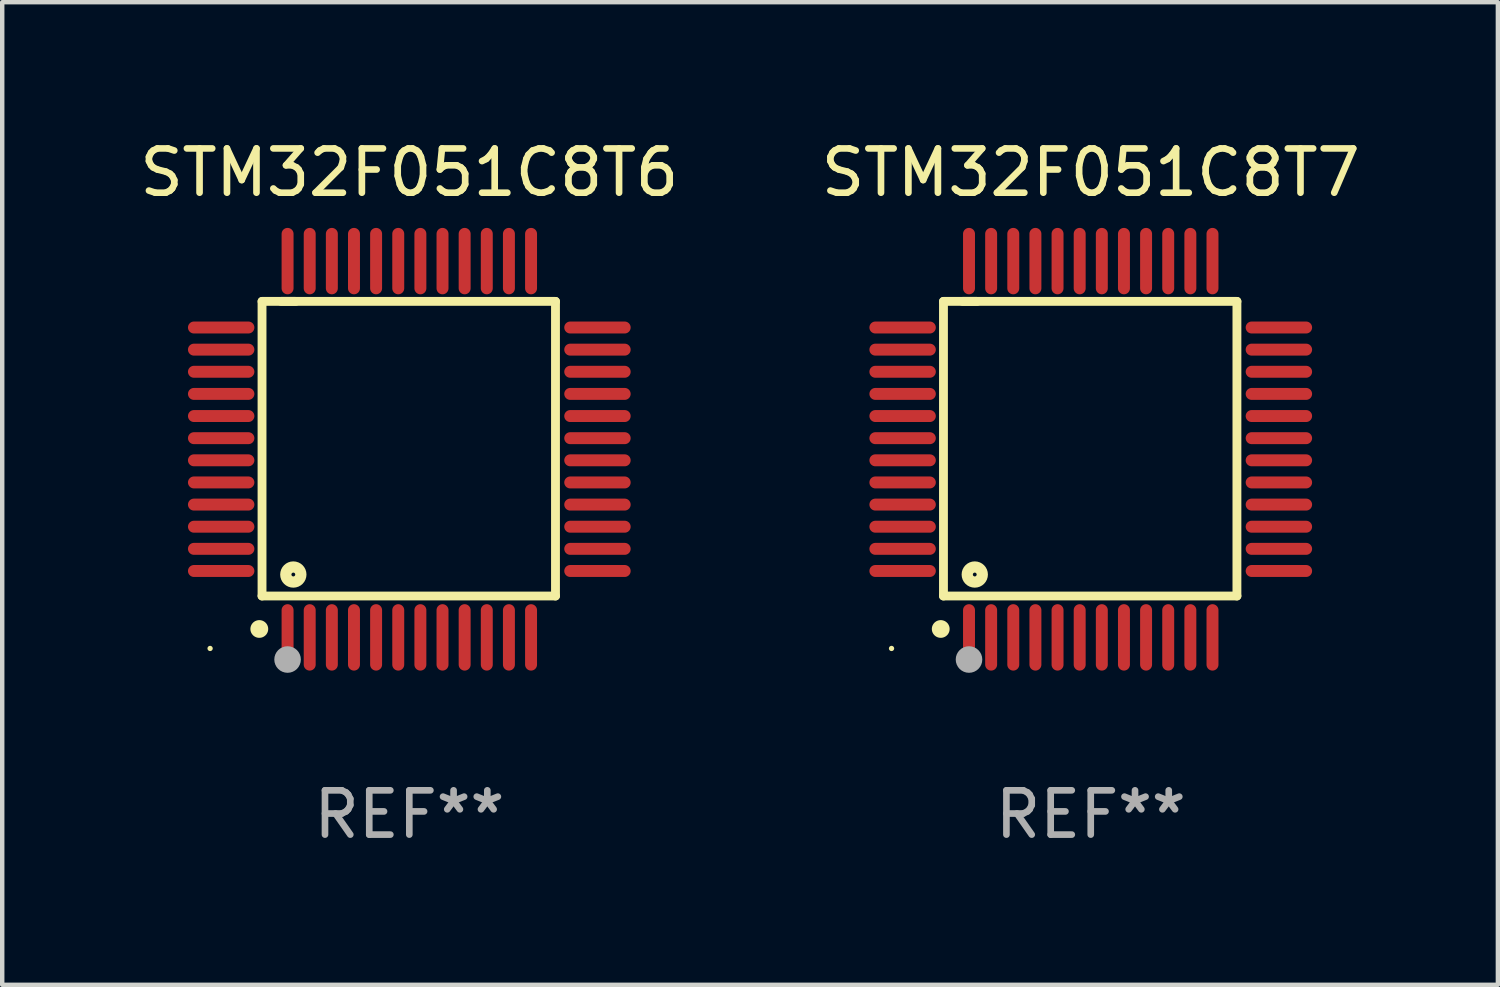
<source format=kicad_pcb>
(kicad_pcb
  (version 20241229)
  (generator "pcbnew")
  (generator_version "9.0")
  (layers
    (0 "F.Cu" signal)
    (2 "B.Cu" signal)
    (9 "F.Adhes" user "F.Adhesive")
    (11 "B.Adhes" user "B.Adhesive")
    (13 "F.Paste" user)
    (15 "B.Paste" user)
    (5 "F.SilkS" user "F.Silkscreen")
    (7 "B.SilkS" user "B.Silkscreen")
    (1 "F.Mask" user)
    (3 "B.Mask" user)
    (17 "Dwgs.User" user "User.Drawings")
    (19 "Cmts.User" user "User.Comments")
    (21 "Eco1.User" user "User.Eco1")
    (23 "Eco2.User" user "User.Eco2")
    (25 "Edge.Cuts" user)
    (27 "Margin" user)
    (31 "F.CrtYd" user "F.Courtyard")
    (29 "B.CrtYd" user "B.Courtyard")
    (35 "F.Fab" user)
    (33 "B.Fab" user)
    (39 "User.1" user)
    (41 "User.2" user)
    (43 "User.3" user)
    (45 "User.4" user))
  (footprint "STM32F051C8T6"
    (layer "F.Cu")
    (at 6.196 7.098)
    (property "Reference" "STM32F051C8T6" (at 0 -6.25 0) (layer "F.SilkS") (effects (font (size 1 1) (thickness 0.15))))
    (attr through_hole)
    (fp_line (start -3.327 -3.34) (end -2.565 -3.34) (stroke (width 0.2) (type solid)) (layer "F.SilkS"))
    (fp_line (start -3.327 3.315) (end -3.327 -3.34) (stroke (width 0.2) (type solid)) (layer "F.SilkS"))
    (fp_line (start -2.896 -3.34) (end 3.302 -3.34) (stroke (width 0.2) (type solid)) (layer "F.SilkS"))
    (fp_line (start 3.302 -3.34) (end 3.302 3.315) (stroke (width 0.2) (type solid)) (layer "F.SilkS"))
    (fp_line (start 3.302 3.315) (end -3.327 3.315) (stroke (width 0.2) (type solid)) (layer "F.SilkS"))
    (fp_arc (start -3.389992 4.059995) (mid -3.388722 4.059991) (end -3.387452 4.059995) (stroke (width 0.4) (type solid)) (layer "F.SilkS"))
    (fp_circle (center -4.5 4.5) (end -4.47 4.5) (stroke (width 0.06) (type solid)) (fill no) (layer "F.SilkS"))
    (fp_circle (center -2.62 2.83) (end -2.45 2.83) (stroke (width 0.254) (type solid)) (fill no) (layer "F.SilkS"))
    (fp_circle (center -2.75 4.75) (end -2.6 4.75) (stroke (width 0.3) (type solid)) (fill no) (layer "F.Fab"))
    (fp_text user "REF**" (at 0 8.25 0) (layer "F.Fab") (effects (font (size 1 1) (thickness 0.15))))
    (pad "1" smd oval (at -2.75 4.25) (size 0.27 1.5) (layers "F.Cu" "F.Mask" "F.Paste"))
    (pad "2" smd oval (at -2.25 4.25) (size 0.27 1.5) (layers "F.Cu" "F.Mask" "F.Paste"))
    (pad "3" smd oval (at -1.75 4.25) (size 0.27 1.5) (layers "F.Cu" "F.Mask" "F.Paste"))
    (pad "4" smd oval (at -1.25 4.25) (size 0.27 1.5) (layers "F.Cu" "F.Mask" "F.Paste"))
    (pad "5" smd oval (at -0.75 4.25) (size 0.27 1.5) (layers "F.Cu" "F.Mask" "F.Paste"))
    (pad "6" smd oval (at -0.25 4.25) (size 0.27 1.5) (layers "F.Cu" "F.Mask" "F.Paste"))
    (pad "7" smd oval (at 0.25 4.25) (size 0.27 1.5) (layers "F.Cu" "F.Mask" "F.Paste"))
    (pad "8" smd oval (at 0.75 4.25) (size 0.27 1.5) (layers "F.Cu" "F.Mask" "F.Paste"))
    (pad "9" smd oval (at 1.25 4.25) (size 0.27 1.5) (layers "F.Cu" "F.Mask" "F.Paste"))
    (pad "10" smd oval (at 1.75 4.25) (size 0.27 1.5) (layers "F.Cu" "F.Mask" "F.Paste"))
    (pad "11" smd oval (at 2.25 4.25) (size 0.27 1.5) (layers "F.Cu" "F.Mask" "F.Paste"))
    (pad "12" smd oval (at 2.75 4.25) (size 0.27 1.5) (layers "F.Cu" "F.Mask" "F.Paste"))
    (pad "13" smd oval (at 4.25 2.75) (size 1.5 0.27) (layers "F.Cu" "F.Mask" "F.Paste"))
    (pad "14" smd oval (at 4.25 2.25) (size 1.5 0.27) (layers "F.Cu" "F.Mask" "F.Paste"))
    (pad "15" smd oval (at 4.25 1.75) (size 1.5 0.27) (layers "F.Cu" "F.Mask" "F.Paste"))
    (pad "16" smd oval (at 4.25 1.25) (size 1.5 0.27) (layers "F.Cu" "F.Mask" "F.Paste"))
    (pad "17" smd oval (at 4.25 0.75) (size 1.5 0.27) (layers "F.Cu" "F.Mask" "F.Paste"))
    (pad "18" smd oval (at 4.25 0.25) (size 1.5 0.27) (layers "F.Cu" "F.Mask" "F.Paste"))
    (pad "19" smd oval (at 4.25 -0.25) (size 1.5 0.27) (layers "F.Cu" "F.Mask" "F.Paste"))
    (pad "20" smd oval (at 4.25 -0.75) (size 1.5 0.27) (layers "F.Cu" "F.Mask" "F.Paste"))
    (pad "21" smd oval (at 4.25 -1.25) (size 1.5 0.27) (layers "F.Cu" "F.Mask" "F.Paste"))
    (pad "22" smd oval (at 4.25 -1.75) (size 1.5 0.27) (layers "F.Cu" "F.Mask" "F.Paste"))
    (pad "23" smd oval (at 4.25 -2.25) (size 1.5 0.27) (layers "F.Cu" "F.Mask" "F.Paste"))
    (pad "24" smd oval (at 4.25 -2.75) (size 1.5 0.27) (layers "F.Cu" "F.Mask" "F.Paste"))
    (pad "25" smd oval (at 2.75 -4.25) (size 0.27 1.5) (layers "F.Cu" "F.Mask" "F.Paste"))
    (pad "26" smd oval (at 2.25 -4.25) (size 0.27 1.5) (layers "F.Cu" "F.Mask" "F.Paste"))
    (pad "27" smd oval (at 1.75 -4.25) (size 0.27 1.5) (layers "F.Cu" "F.Mask" "F.Paste"))
    (pad "28" smd oval (at 1.25 -4.25) (size 0.27 1.5) (layers "F.Cu" "F.Mask" "F.Paste"))
    (pad "29" smd oval (at 0.75 -4.25) (size 0.27 1.5) (layers "F.Cu" "F.Mask" "F.Paste"))
    (pad "30" smd oval (at 0.25 -4.25) (size 0.27 1.5) (layers "F.Cu" "F.Mask" "F.Paste"))
    (pad "31" smd oval (at -0.25 -4.25) (size 0.27 1.5) (layers "F.Cu" "F.Mask" "F.Paste"))
    (pad "32" smd oval (at -0.75 -4.25) (size 0.27 1.5) (layers "F.Cu" "F.Mask" "F.Paste"))
    (pad "33" smd oval (at -1.25 -4.25) (size 0.27 1.5) (layers "F.Cu" "F.Mask" "F.Paste"))
    (pad "34" smd oval (at -1.75 -4.25) (size 0.27 1.5) (layers "F.Cu" "F.Mask" "F.Paste"))
    (pad "35" smd oval (at -2.25 -4.25) (size 0.27 1.5) (layers "F.Cu" "F.Mask" "F.Paste"))
    (pad "36" smd oval (at -2.75 -4.25) (size 0.27 1.5) (layers "F.Cu" "F.Mask" "F.Paste"))
    (pad "37" smd oval (at -4.25 -2.75) (size 1.5 0.27) (layers "F.Cu" "F.Mask" "F.Paste"))
    (pad "38" smd oval (at -4.25 -2.25) (size 1.5 0.27) (layers "F.Cu" "F.Mask" "F.Paste"))
    (pad "39" smd oval (at -4.25 -1.75) (size 1.5 0.27) (layers "F.Cu" "F.Mask" "F.Paste"))
    (pad "40" smd oval (at -4.25 -1.25) (size 1.5 0.27) (layers "F.Cu" "F.Mask" "F.Paste"))
    (pad "41" smd oval (at -4.25 -0.75) (size 1.5 0.27) (layers "F.Cu" "F.Mask" "F.Paste"))
    (pad "42" smd oval (at -4.25 -0.25) (size 1.5 0.27) (layers "F.Cu" "F.Mask" "F.Paste"))
    (pad "43" smd oval (at -4.25 0.25) (size 1.5 0.27) (layers "F.Cu" "F.Mask" "F.Paste"))
    (pad "44" smd oval (at -4.25 0.75) (size 1.5 0.27) (layers "F.Cu" "F.Mask" "F.Paste"))
    (pad "45" smd oval (at -4.25 1.25) (size 1.5 0.27) (layers "F.Cu" "F.Mask" "F.Paste"))
    (pad "46" smd oval (at -4.25 1.75) (size 1.5 0.27) (layers "F.Cu" "F.Mask" "F.Paste"))
    (pad "47" smd oval (at -4.25 2.25) (size 1.5 0.27) (layers "F.Cu" "F.Mask" "F.Paste"))
    (pad "48" smd oval (at -4.25 2.75) (size 1.5 0.27) (layers "F.Cu" "F.Mask" "F.Paste")))
  (footprint "STM32F051C8T7"
    (layer "F.Cu")
    (at 21.589 7.098)
    (property "Reference" "STM32F051C8T7" (at 0 -6.25 0) (layer "F.SilkS") (effects (font (size 1 1) (thickness 0.15))))
    (attr through_hole)
    (fp_line (start -3.327 -3.34) (end -2.565 -3.34) (stroke (width 0.2) (type solid)) (layer "F.SilkS"))
    (fp_line (start -3.327 3.315) (end -3.327 -3.34) (stroke (width 0.2) (type solid)) (layer "F.SilkS"))
    (fp_line (start -2.896 -3.34) (end 3.302 -3.34) (stroke (width 0.2) (type solid)) (layer "F.SilkS"))
    (fp_line (start 3.302 -3.34) (end 3.302 3.315) (stroke (width 0.2) (type solid)) (layer "F.SilkS"))
    (fp_line (start 3.302 3.315) (end -3.327 3.315) (stroke (width 0.2) (type solid)) (layer "F.SilkS"))
    (fp_arc (start -3.389992 4.059995) (mid -3.388722 4.059991) (end -3.387452 4.059995) (stroke (width 0.4) (type solid)) (layer "F.SilkS"))
    (fp_circle (center -4.5 4.5) (end -4.47 4.5) (stroke (width 0.06) (type solid)) (fill no) (layer "F.SilkS"))
    (fp_circle (center -2.62 2.83) (end -2.45 2.83) (stroke (width 0.254) (type solid)) (fill no) (layer "F.SilkS"))
    (fp_circle (center -2.75 4.75) (end -2.6 4.75) (stroke (width 0.3) (type solid)) (fill no) (layer "F.Fab"))
    (fp_text user "REF**" (at 0 8.25 0) (layer "F.Fab") (effects (font (size 1 1) (thickness 0.15))))
    (pad "1" smd oval (at -2.75 4.25) (size 0.27 1.5) (layers "F.Cu" "F.Mask" "F.Paste"))
    (pad "2" smd oval (at -2.25 4.25) (size 0.27 1.5) (layers "F.Cu" "F.Mask" "F.Paste"))
    (pad "3" smd oval (at -1.75 4.25) (size 0.27 1.5) (layers "F.Cu" "F.Mask" "F.Paste"))
    (pad "4" smd oval (at -1.25 4.25) (size 0.27 1.5) (layers "F.Cu" "F.Mask" "F.Paste"))
    (pad "5" smd oval (at -0.75 4.25) (size 0.27 1.5) (layers "F.Cu" "F.Mask" "F.Paste"))
    (pad "6" smd oval (at -0.25 4.25) (size 0.27 1.5) (layers "F.Cu" "F.Mask" "F.Paste"))
    (pad "7" smd oval (at 0.25 4.25) (size 0.27 1.5) (layers "F.Cu" "F.Mask" "F.Paste"))
    (pad "8" smd oval (at 0.75 4.25) (size 0.27 1.5) (layers "F.Cu" "F.Mask" "F.Paste"))
    (pad "9" smd oval (at 1.25 4.25) (size 0.27 1.5) (layers "F.Cu" "F.Mask" "F.Paste"))
    (pad "10" smd oval (at 1.75 4.25) (size 0.27 1.5) (layers "F.Cu" "F.Mask" "F.Paste"))
    (pad "11" smd oval (at 2.25 4.25) (size 0.27 1.5) (layers "F.Cu" "F.Mask" "F.Paste"))
    (pad "12" smd oval (at 2.75 4.25) (size 0.27 1.5) (layers "F.Cu" "F.Mask" "F.Paste"))
    (pad "13" smd oval (at 4.25 2.75) (size 1.5 0.27) (layers "F.Cu" "F.Mask" "F.Paste"))
    (pad "14" smd oval (at 4.25 2.25) (size 1.5 0.27) (layers "F.Cu" "F.Mask" "F.Paste"))
    (pad "15" smd oval (at 4.25 1.75) (size 1.5 0.27) (layers "F.Cu" "F.Mask" "F.Paste"))
    (pad "16" smd oval (at 4.25 1.25) (size 1.5 0.27) (layers "F.Cu" "F.Mask" "F.Paste"))
    (pad "17" smd oval (at 4.25 0.75) (size 1.5 0.27) (layers "F.Cu" "F.Mask" "F.Paste"))
    (pad "18" smd oval (at 4.25 0.25) (size 1.5 0.27) (layers "F.Cu" "F.Mask" "F.Paste"))
    (pad "19" smd oval (at 4.25 -0.25) (size 1.5 0.27) (layers "F.Cu" "F.Mask" "F.Paste"))
    (pad "20" smd oval (at 4.25 -0.75) (size 1.5 0.27) (layers "F.Cu" "F.Mask" "F.Paste"))
    (pad "21" smd oval (at 4.25 -1.25) (size 1.5 0.27) (layers "F.Cu" "F.Mask" "F.Paste"))
    (pad "22" smd oval (at 4.25 -1.75) (size 1.5 0.27) (layers "F.Cu" "F.Mask" "F.Paste"))
    (pad "23" smd oval (at 4.25 -2.25) (size 1.5 0.27) (layers "F.Cu" "F.Mask" "F.Paste"))
    (pad "24" smd oval (at 4.25 -2.75) (size 1.5 0.27) (layers "F.Cu" "F.Mask" "F.Paste"))
    (pad "25" smd oval (at 2.75 -4.25) (size 0.27 1.5) (layers "F.Cu" "F.Mask" "F.Paste"))
    (pad "26" smd oval (at 2.25 -4.25) (size 0.27 1.5) (layers "F.Cu" "F.Mask" "F.Paste"))
    (pad "27" smd oval (at 1.75 -4.25) (size 0.27 1.5) (layers "F.Cu" "F.Mask" "F.Paste"))
    (pad "28" smd oval (at 1.25 -4.25) (size 0.27 1.5) (layers "F.Cu" "F.Mask" "F.Paste"))
    (pad "29" smd oval (at 0.75 -4.25) (size 0.27 1.5) (layers "F.Cu" "F.Mask" "F.Paste"))
    (pad "30" smd oval (at 0.25 -4.25) (size 0.27 1.5) (layers "F.Cu" "F.Mask" "F.Paste"))
    (pad "31" smd oval (at -0.25 -4.25) (size 0.27 1.5) (layers "F.Cu" "F.Mask" "F.Paste"))
    (pad "32" smd oval (at -0.75 -4.25) (size 0.27 1.5) (layers "F.Cu" "F.Mask" "F.Paste"))
    (pad "33" smd oval (at -1.25 -4.25) (size 0.27 1.5) (layers "F.Cu" "F.Mask" "F.Paste"))
    (pad "34" smd oval (at -1.75 -4.25) (size 0.27 1.5) (layers "F.Cu" "F.Mask" "F.Paste"))
    (pad "35" smd oval (at -2.25 -4.25) (size 0.27 1.5) (layers "F.Cu" "F.Mask" "F.Paste"))
    (pad "36" smd oval (at -2.75 -4.25) (size 0.27 1.5) (layers "F.Cu" "F.Mask" "F.Paste"))
    (pad "37" smd oval (at -4.25 -2.75) (size 1.5 0.27) (layers "F.Cu" "F.Mask" "F.Paste"))
    (pad "38" smd oval (at -4.25 -2.25) (size 1.5 0.27) (layers "F.Cu" "F.Mask" "F.Paste"))
    (pad "39" smd oval (at -4.25 -1.75) (size 1.5 0.27) (layers "F.Cu" "F.Mask" "F.Paste"))
    (pad "40" smd oval (at -4.25 -1.25) (size 1.5 0.27) (layers "F.Cu" "F.Mask" "F.Paste"))
    (pad "41" smd oval (at -4.25 -0.75) (size 1.5 0.27) (layers "F.Cu" "F.Mask" "F.Paste"))
    (pad "42" smd oval (at -4.25 -0.25) (size 1.5 0.27) (layers "F.Cu" "F.Mask" "F.Paste"))
    (pad "43" smd oval (at -4.25 0.25) (size 1.5 0.27) (layers "F.Cu" "F.Mask" "F.Paste"))
    (pad "44" smd oval (at -4.25 0.75) (size 1.5 0.27) (layers "F.Cu" "F.Mask" "F.Paste"))
    (pad "45" smd oval (at -4.25 1.25) (size 1.5 0.27) (layers "F.Cu" "F.Mask" "F.Paste"))
    (pad "46" smd oval (at -4.25 1.75) (size 1.5 0.27) (layers "F.Cu" "F.Mask" "F.Paste"))
    (pad "47" smd oval (at -4.25 2.25) (size 1.5 0.27) (layers "F.Cu" "F.Mask" "F.Paste"))
    (pad "48" smd oval (at -4.25 2.75) (size 1.5 0.27) (layers "F.Cu" "F.Mask" "F.Paste")))
  (gr_rect
    (start -3 -3)
    (end 30.786 19.196)
    (stroke (width 0.1) (type default))
    (fill no)
    (layer "Edge.Cuts")))
</source>
